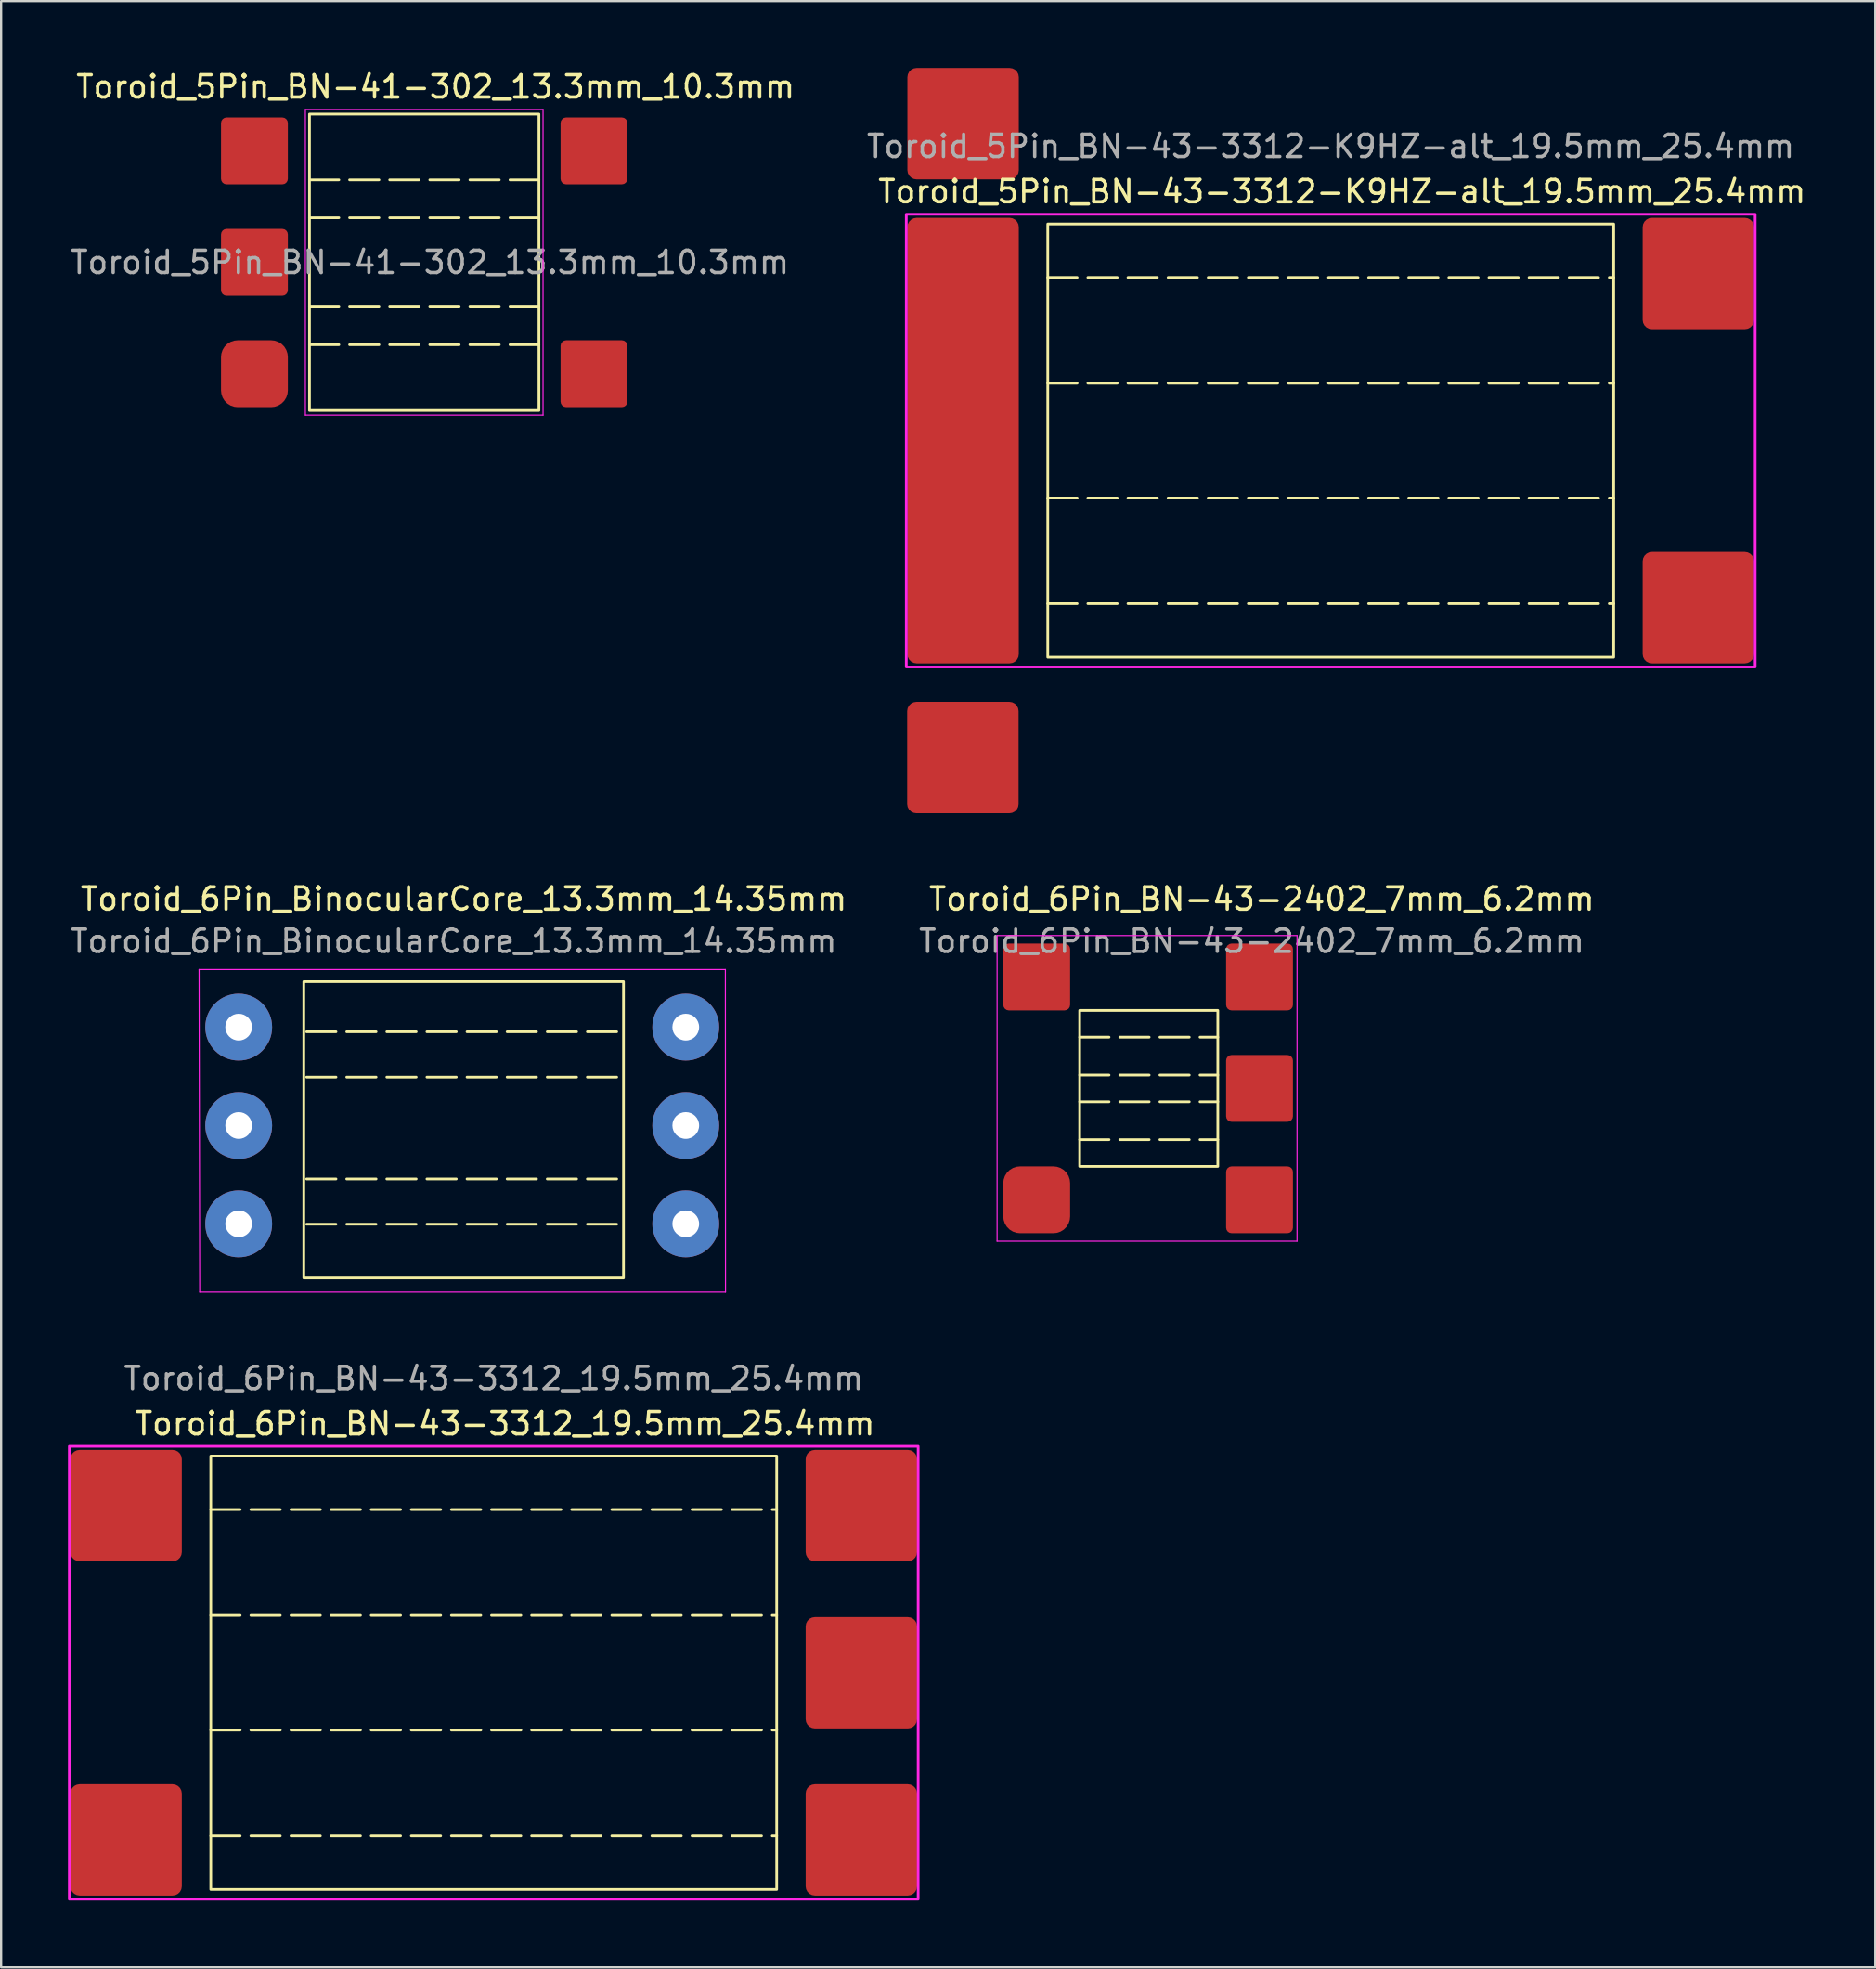
<source format=kicad_pcb>
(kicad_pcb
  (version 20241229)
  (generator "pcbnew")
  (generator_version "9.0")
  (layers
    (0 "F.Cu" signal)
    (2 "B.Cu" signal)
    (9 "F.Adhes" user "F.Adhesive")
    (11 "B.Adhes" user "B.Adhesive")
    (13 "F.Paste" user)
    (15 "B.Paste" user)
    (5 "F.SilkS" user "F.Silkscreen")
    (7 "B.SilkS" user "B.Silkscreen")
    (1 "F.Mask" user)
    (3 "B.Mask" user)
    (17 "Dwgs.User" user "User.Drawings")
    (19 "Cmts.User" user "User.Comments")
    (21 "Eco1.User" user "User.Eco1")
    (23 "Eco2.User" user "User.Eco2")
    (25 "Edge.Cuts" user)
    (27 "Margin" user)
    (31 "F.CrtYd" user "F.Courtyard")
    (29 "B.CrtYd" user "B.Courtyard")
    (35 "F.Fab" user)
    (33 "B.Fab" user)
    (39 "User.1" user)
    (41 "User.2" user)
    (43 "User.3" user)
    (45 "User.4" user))
  (footprint "Toroid_6Pin_BN-43-3312_19.5mm_25.4mm"
    (layer "F.Cu")
    (at 19.11 72.022)
    (property "Reference" "Toroid_6Pin_BN-43-3312_19.5mm_25.4mm" (at 0.508 -11.176 0) (layer "F.SilkS") (effects (font (size 1 1) (thickness 0.15))))
    (attr through_hole)
    (fp_line (start -12.7 -7.325) (end 12.7 -7.325) (stroke (width 0.12) (type dash)) (layer "F.SilkS"))
    (fp_line (start -12.7 -2.575) (end 12.7 -2.575) (stroke (width 0.12) (type dash)) (layer "F.SilkS"))
    (fp_line (start -12.7 2.575) (end 12.7 2.575) (stroke (width 0.12) (type dash)) (layer "F.SilkS"))
    (fp_line (start -12.7 7.325) (end 12.7 7.325) (stroke (width 0.12) (type dash)) (layer "F.SilkS"))
    (fp_rect (start -12.7 -9.725) (end 12.7 9.725) (stroke (width 0.12) (type default)) (fill no) (layer "F.SilkS"))
    (fp_rect (start -19.05 -10.16) (end 19.05 10.16) (stroke (width 0.12) (type default)) (fill no) (layer "F.CrtYd"))
    (fp_text user "${REFERENCE}" (at 0 -13.208 0) (layer "F.Fab") (effects (font (size 1 1) (thickness 0.15))))
    (pad "1" smd roundrect (at -16.5 -7.5) (size 5 5) (layers "F.Cu" "F.Mask" "F.Paste") (roundrect_rratio 0.083))
    (pad "2" smd roundrect (at -16.5 7.5) (size 5 5) (layers "F.Cu" "F.Mask" "F.Paste") (roundrect_rratio 0.083))
    (pad "3" smd roundrect (at 16.5 7.5) (size 5 5) (layers "F.Cu" "F.Mask" "F.Paste") (roundrect_rratio 0.083))
    (pad "4" smd roundrect (at 16.5 0) (size 5 5) (layers "F.Cu" "F.Mask" "F.Paste") (roundrect_rratio 0.083))
    (pad "5" smd roundrect (at 16.5 -7.5) (size 5 5) (layers "F.Cu" "F.Mask" "F.Paste") (roundrect_rratio 0.083)))
  (footprint "Toroid_6Pin_BN-43-2402_7mm_6.2mm"
    (layer "F.Cu")
    (at 43.481 45.796)
    (property "Reference" "Toroid_6Pin_BN-43-2402_7mm_6.2mm" (at 10.1 -8.5 0) (layer "F.SilkS") (effects (font (size 1 1) (thickness 0.15))))
    (attr through_hole)
    (fp_line (start 1.928 -2.3) (end 8.128 -2.3) (stroke (width 0.12) (type dash)) (layer "F.SilkS"))
    (fp_line (start 1.928 -0.6) (end 8.128 -0.6) (stroke (width 0.12) (type dash)) (layer "F.SilkS"))
    (fp_line (start 1.928 0.6) (end 8.128 0.6) (stroke (width 0.12) (type dash)) (layer "F.SilkS"))
    (fp_line (start 1.928 2.3) (end 8.128 2.3) (stroke (width 0.12) (type dash)) (layer "F.SilkS"))
    (fp_rect (start 1.928 -3.5) (end 8.128 3.5) (stroke (width 0.12) (type default)) (fill no) (layer "F.SilkS"))
    (fp_line (start -1.778 -6.858) (end -1.778 6.858) (stroke (width 0.05) (type solid)) (layer "F.CrtYd"))
    (fp_line (start -1.778 -6.858) (end 11.684 -6.858) (stroke (width 0.05) (type solid)) (layer "F.CrtYd"))
    (fp_line (start 11.684 6.858) (end -1.778 6.858) (stroke (width 0.05) (type solid)) (layer "F.CrtYd"))
    (fp_line (start 11.684 6.858) (end 11.684 -6.858) (stroke (width 0.05) (type solid)) (layer "F.CrtYd"))
    (fp_text user "${REFERENCE}" (at 9.652 -6.604 0) (layer "F.Fab") (effects (font (size 1 1) (thickness 0.15))))
    (pad "1" smd roundrect (at 0 -5) (size 3 3) (layers "F.Cu" "F.Mask" "F.Paste") (roundrect_rratio 0.083))
    (pad "2" smd roundrect (at 0 5) (size 3 3) (layers "F.Cu" "F.Mask" "F.Paste") (roundrect_rratio 0.25))
    (pad "3" smd roundrect (at 10 5) (size 3 3) (layers "F.Cu" "F.Mask" "F.Paste") (roundrect_rratio 0.083))
    (pad "4" smd roundrect (at 10 0) (size 3 3) (layers "F.Cu" "F.Mask" "F.Paste") (roundrect_rratio 0.083))
    (pad "5" smd roundrect (at 10 -5) (size 3 3) (layers "F.Cu" "F.Mask" "F.Paste") (roundrect_rratio 0.083)))
  (footprint "Toroid_6Pin_BinocularCore_13.3mm_14.35mm"
    (layer "F.Cu")
    (at 7.663 45.796)
    (property "Reference" "Toroid_6Pin_BinocularCore_13.3mm_14.35mm" (at 10.1 -8.5 0) (layer "F.SilkS") (effects (font (size 1 1) (thickness 0.15))))
    (attr through_hole)
    (fp_line (start 3.048 -2.54) (end 17.272 -2.54) (stroke (width 0.12) (type dash)) (layer "F.SilkS"))
    (fp_line (start 3.048 -0.508) (end 17.272 -0.508) (stroke (width 0.12) (type dash)) (layer "F.SilkS"))
    (fp_line (start 3.048 4.064) (end 17.272 4.064) (stroke (width 0.12) (type dash)) (layer "F.SilkS"))
    (fp_line (start 3.048 6.096) (end 17.272 6.096) (stroke (width 0.12) (type dash)) (layer "F.SilkS"))
    (fp_rect (start 2.922 -4.791) (end 17.272 8.509) (stroke (width 0.12) (type default)) (fill no) (layer "F.SilkS"))
    (fp_line (start -1.778 -5.334) (end -1.75 9.144) (stroke (width 0.05) (type solid)) (layer "F.CrtYd"))
    (fp_line (start -1.778 -5.334) (end 21.844 -5.334) (stroke (width 0.05) (type solid)) (layer "F.CrtYd"))
    (fp_line (start 21.85 9.144) (end -1.75 9.144) (stroke (width 0.05) (type solid)) (layer "F.CrtYd"))
    (fp_line (start 21.85 9.144) (end 21.844 -5.334) (stroke (width 0.05) (type solid)) (layer "F.CrtYd"))
    (fp_text user "${REFERENCE}" (at 9.652 -6.604 0) (layer "F.Fab") (effects (font (size 1 1) (thickness 0.15))))
    (pad "1" thru_hole circle (at 0 -2.75) (size 3 3) (drill 1.2) (layers "*.Cu" "*.Mask"))
    (pad "2" thru_hole circle (at 20.066 -2.75) (size 3 3) (drill 1.2) (layers "*.Cu" "*.Mask"))
    (pad "3" thru_hole circle (at 0 6.08) (size 3 3) (drill 1.2) (layers "*.Cu" "*.Mask"))
    (pad "4" thru_hole circle (at 20.066 6.08) (size 3 3) (drill 1.2) (layers "*.Cu" "*.Mask"))
    (pad "5" thru_hole circle (at 20.066 1.665) (size 3 3) (drill 1.2) (layers "*.Cu" "*.Mask"))
    (pad "6" thru_hole circle (at 0 1.665 90) (size 3 3) (drill 1.2) (layers "*.Cu" "*.Mask")))
  (footprint "Toroid_5Pin_BN-41-302_13.3mm_10.3mm"
    (layer "F.Cu")
    (at 15.99 8.722)
    (property "Reference" "Toroid_5Pin_BN-41-302_13.3mm_10.3mm" (at 0.508 -7.874 0) (layer "F.SilkS") (effects (font (size 1 1) (thickness 0.15))))
    (attr through_hole)
    (fp_line (start -5.15 -3.7) (end 5.15 -3.7) (stroke (width 0.12) (type dash)) (layer "F.SilkS"))
    (fp_line (start -5.15 -2) (end 5.15 -2) (stroke (width 0.12) (type dash)) (layer "F.SilkS"))
    (fp_line (start -5.15 2) (end 5.15 2) (stroke (width 0.12) (type dash)) (layer "F.SilkS"))
    (fp_line (start -5.15 3.7) (end 5.15 3.7) (stroke (width 0.12) (type dash)) (layer "F.SilkS"))
    (fp_rect (start -5.15 -6.65) (end 5.15 6.65) (stroke (width 0.12) (type default)) (fill no) (layer "F.SilkS"))
    (fp_line (start -5.334 -6.858) (end -5.334 6.858) (stroke (width 0.05) (type solid)) (layer "F.CrtYd"))
    (fp_line (start -5.334 -6.858) (end 5.334 -6.858) (stroke (width 0.05) (type solid)) (layer "F.CrtYd"))
    (fp_line (start 5.334 6.858) (end -5.334 6.858) (stroke (width 0.05) (type solid)) (layer "F.CrtYd"))
    (fp_line (start 5.334 6.858) (end 5.334 -6.858) (stroke (width 0.05) (type solid)) (layer "F.CrtYd"))
    (fp_text user "${REFERENCE}" (at 0.254 0 0) (layer "F.Fab") (effects (font (size 1 1) (thickness 0.15))))
    (pad "1" smd roundrect (at -7.62 -5) (size 3 3) (layers "F.Cu" "F.Mask" "F.Paste") (roundrect_rratio 0.083))
    (pad "2" smd roundrect (at -7.62 5) (size 3 3) (layers "F.Cu" "F.Mask" "F.Paste") (roundrect_rratio 0.25))
    (pad "3" smd roundrect (at 7.62 5) (size 3 3) (layers "F.Cu" "F.Mask" "F.Paste") (roundrect_rratio 0.083))
    (pad "4" smd roundrect (at -7.62 0) (size 3 3) (layers "F.Cu" "F.Mask" "F.Paste") (roundrect_rratio 0.083))
    (pad "5" smd roundrect (at 7.62 -5) (size 3 3) (layers "F.Cu" "F.Mask" "F.Paste") (roundrect_rratio 0.083)))
  (footprint "Toroid_5Pin_BN-43-3312-K9HZ-alt_19.5mm_25.4mm"
    (layer "F.Cu")
    (at 56.677 16.724)
    (property "Reference" "Toroid_5Pin_BN-43-3312-K9HZ-alt_19.5mm_25.4mm" (at 0.508 -11.176 0) (layer "F.SilkS") (effects (font (size 1 1) (thickness 0.15))))
    (attr through_hole)
    (fp_line (start -12.7 -7.325) (end 12.7 -7.325) (stroke (width 0.12) (type dash)) (layer "F.SilkS"))
    (fp_line (start -12.7 -2.575) (end 12.7 -2.575) (stroke (width 0.12) (type dash)) (layer "F.SilkS"))
    (fp_line (start -12.7 2.575) (end 12.7 2.575) (stroke (width 0.12) (type dash)) (layer "F.SilkS"))
    (fp_line (start -12.7 7.325) (end 12.7 7.325) (stroke (width 0.12) (type dash)) (layer "F.SilkS"))
    (fp_rect (start -12.7 -9.725) (end 12.7 9.725) (stroke (width 0.12) (type default)) (fill no) (layer "F.SilkS"))
    (fp_rect (start -19.05 -10.16) (end 19.05 10.16) (stroke (width 0.12) (type default)) (fill no) (layer "F.CrtYd"))
    (fp_text user "${REFERENCE}" (at 0 -13.208 0) (layer "F.Fab") (effects (font (size 1 1) (thickness 0.15))))
    (pad "1" smd roundrect (at -16.5 -14.224) (size 5 5) (layers "F.Cu" "F.Mask" "F.Paste") (roundrect_rratio 0.083))
    (pad "2" smd roundrect (at -16.51 14.224) (size 5 5) (layers "F.Cu" "F.Mask" "F.Paste") (roundrect_rratio 0.083))
    (pad "3" smd roundrect (at 16.5 7.5) (size 5 5) (layers "F.Cu" "F.Mask" "F.Paste") (roundrect_rratio 0.083))
    (pad "4" smd roundrect (at -16.5 0) (size 5 20) (layers "F.Cu" "F.Mask" "F.Paste") (roundrect_rratio 0.083))
    (pad "5" smd roundrect (at 16.5 -7.5) (size 5 5) (layers "F.Cu" "F.Mask" "F.Paste") (roundrect_rratio 0.083)))
  (gr_rect
    (start -3 -3)
    (end 81.119 85.242)
    (stroke (width 0.1) (type default))
    (fill no)
    (layer "Edge.Cuts")))
</source>
